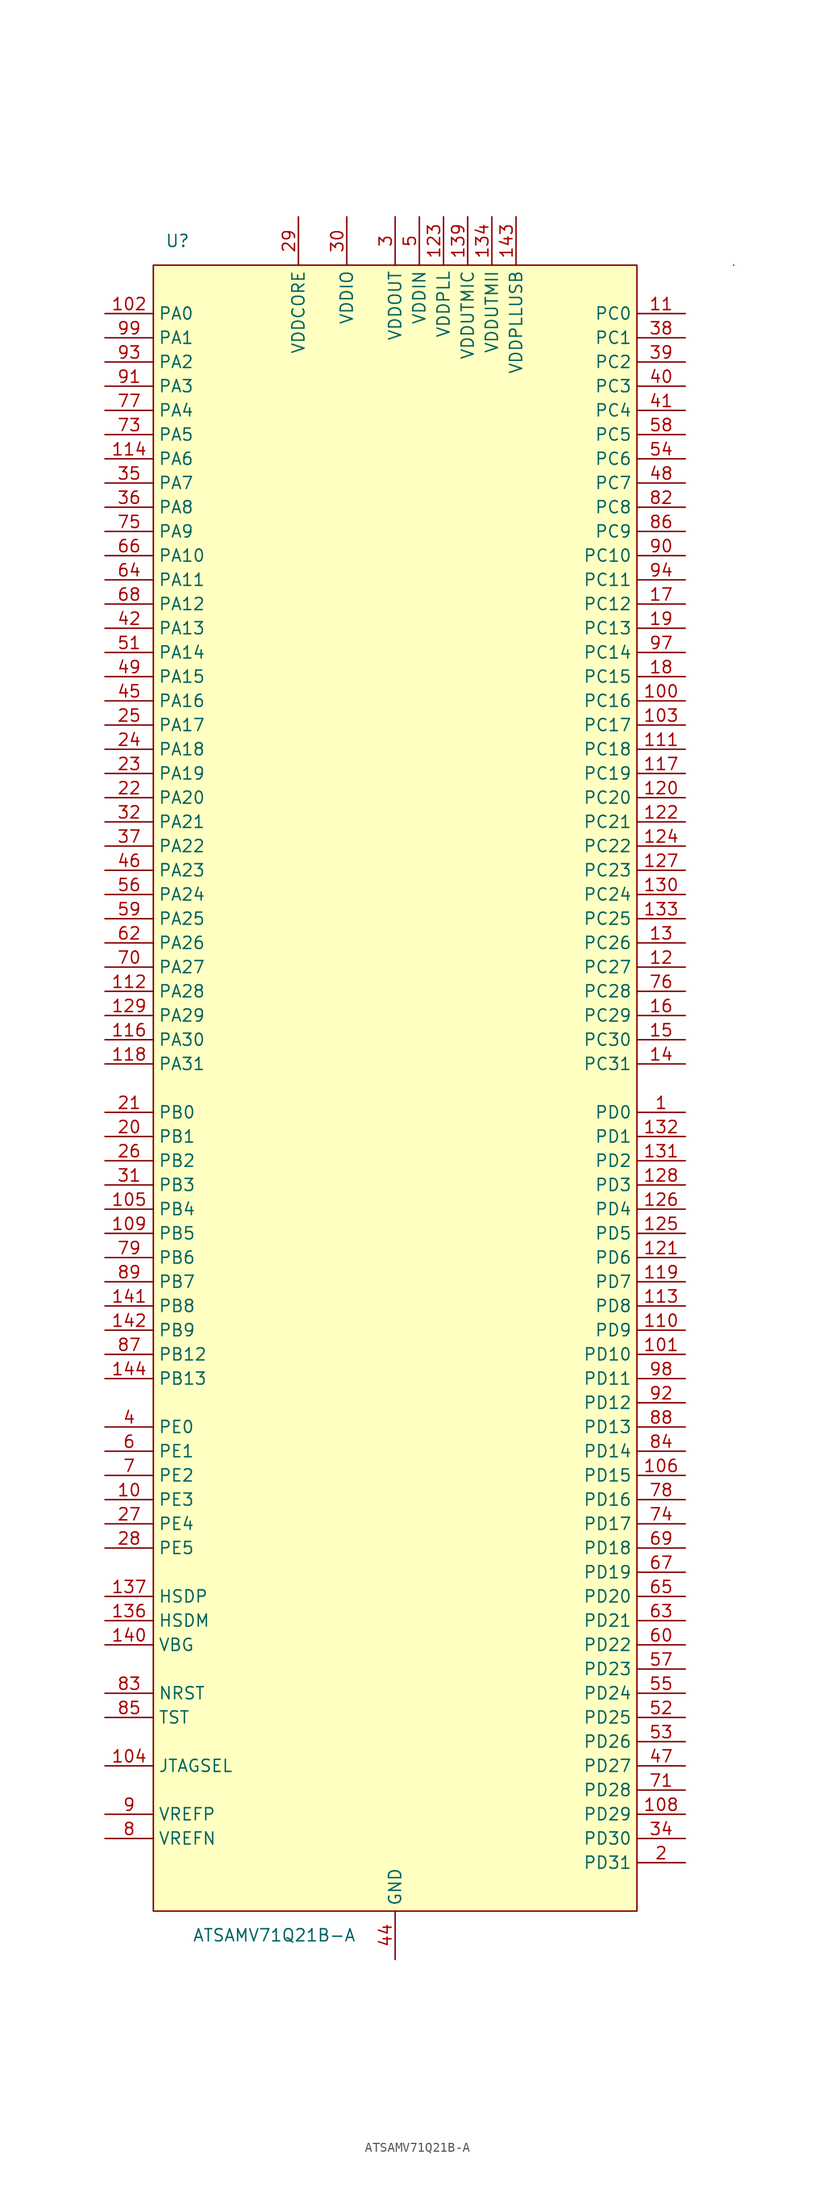
<source format=kicad_sym>
(kicad_symbol_lib
  (version 20241209)
  (generator "kicad_symbol_editor")
  (generator_version "9.0")
  (symbol "ATSAMV71Q21B-A"
    (property "Reference" "U"
      (at -22.86 88.9 0)
      (effects (font (size 1.27 1.27))))
    (property "Value" "ATSAMV71Q21B-A"
      (at -12.7 -88.9 0)
      (effects (font (size 1.27 1.27))))
    (symbol "ATSAMV71Q21B-A_0_1"
      (rectangle (start 25.4 86.36) (end -25.4 -86.36) (stroke (width 0) (type default)) (fill (type background)))
      (rectangle (start 35.56 86.36) (end 35.56 86.36) (stroke (width 0) (type default)) (fill (type none))))
    (symbol "ATSAMV71Q21B-A_1_1"
      (pin bidirectional line (at -30.48 81.28 0) (length 5.08) (name "PA0" (effects (font (size 1.27 1.27)))) (number "102" (effects (font (size 1.27 1.27)))))
      (pin bidirectional line (at -30.48 78.74 0) (length 5.08) (name "PA1" (effects (font (size 1.27 1.27)))) (number "99" (effects (font (size 1.27 1.27)))))
      (pin bidirectional line (at -30.48 76.2 0) (length 5.08) (name "PA2" (effects (font (size 1.27 1.27)))) (number "93" (effects (font (size 1.27 1.27)))))
      (pin bidirectional line (at -30.48 73.66 0) (length 5.08) (name "PA3" (effects (font (size 1.27 1.27)))) (number "91" (effects (font (size 1.27 1.27)))))
      (pin bidirectional line (at -30.48 71.12 0) (length 5.08) (name "PA4" (effects (font (size 1.27 1.27)))) (number "77" (effects (font (size 1.27 1.27)))))
      (pin bidirectional line (at -30.48 68.58 0) (length 5.08) (name "PA5" (effects (font (size 1.27 1.27)))) (number "73" (effects (font (size 1.27 1.27)))))
      (pin bidirectional line (at -30.48 66.04 0) (length 5.08) (name "PA6" (effects (font (size 1.27 1.27)))) (number "114" (effects (font (size 1.27 1.27)))))
      (pin bidirectional line (at -30.48 63.5 0) (length 5.08) (name "PA7" (effects (font (size 1.27 1.27)))) (number "35" (effects (font (size 1.27 1.27)))))
      (pin bidirectional line (at -30.48 60.96 0) (length 5.08) (name "PA8" (effects (font (size 1.27 1.27)))) (number "36" (effects (font (size 1.27 1.27)))))
      (pin bidirectional line (at -30.48 58.42 0) (length 5.08) (name "PA9" (effects (font (size 1.27 1.27)))) (number "75" (effects (font (size 1.27 1.27)))))
      (pin bidirectional line (at -30.48 55.88 0) (length 5.08) (name "PA10" (effects (font (size 1.27 1.27)))) (number "66" (effects (font (size 1.27 1.27)))))
      (pin bidirectional line (at -30.48 53.34 0) (length 5.08) (name "PA11" (effects (font (size 1.27 1.27)))) (number "64" (effects (font (size 1.27 1.27)))))
      (pin bidirectional line (at -30.48 50.8 0) (length 5.08) (name "PA12" (effects (font (size 1.27 1.27)))) (number "68" (effects (font (size 1.27 1.27)))))
      (pin bidirectional line (at -30.48 48.26 0) (length 5.08) (name "PA13" (effects (font (size 1.27 1.27)))) (number "42" (effects (font (size 1.27 1.27)))))
      (pin bidirectional line (at -30.48 45.72 0) (length 5.08) (name "PA14" (effects (font (size 1.27 1.27)))) (number "51" (effects (font (size 1.27 1.27)))))
      (pin bidirectional line (at -30.48 43.18 0) (length 5.08) (name "PA15" (effects (font (size 1.27 1.27)))) (number "49" (effects (font (size 1.27 1.27)))))
      (pin bidirectional line (at -30.48 40.64 0) (length 5.08) (name "PA16" (effects (font (size 1.27 1.27)))) (number "45" (effects (font (size 1.27 1.27)))))
      (pin bidirectional line (at -30.48 38.1 0) (length 5.08) (name "PA17" (effects (font (size 1.27 1.27)))) (number "25" (effects (font (size 1.27 1.27)))))
      (pin bidirectional line (at -30.48 35.56 0) (length 5.08) (name "PA18" (effects (font (size 1.27 1.27)))) (number "24" (effects (font (size 1.27 1.27)))))
      (pin bidirectional line (at -30.48 33.02 0) (length 5.08) (name "PA19" (effects (font (size 1.27 1.27)))) (number "23" (effects (font (size 1.27 1.27)))))
      (pin bidirectional line (at -30.48 30.48 0) (length 5.08) (name "PA20" (effects (font (size 1.27 1.27)))) (number "22" (effects (font (size 1.27 1.27)))))
      (pin bidirectional line (at -30.48 27.94 0) (length 5.08) (name "PA21" (effects (font (size 1.27 1.27)))) (number "32" (effects (font (size 1.27 1.27)))))
      (pin bidirectional line (at -30.48 25.4 0) (length 5.08) (name "PA22" (effects (font (size 1.27 1.27)))) (number "37" (effects (font (size 1.27 1.27)))))
      (pin bidirectional line (at -30.48 22.86 0) (length 5.08) (name "PA23" (effects (font (size 1.27 1.27)))) (number "46" (effects (font (size 1.27 1.27)))))
      (pin bidirectional line (at -30.48 20.32 0) (length 5.08) (name "PA24" (effects (font (size 1.27 1.27)))) (number "56" (effects (font (size 1.27 1.27)))))
      (pin bidirectional line (at -30.48 17.78 0) (length 5.08) (name "PA25" (effects (font (size 1.27 1.27)))) (number "59" (effects (font (size 1.27 1.27)))))
      (pin bidirectional line (at -30.48 15.24 0) (length 5.08) (name "PA26" (effects (font (size 1.27 1.27)))) (number "62" (effects (font (size 1.27 1.27)))))
      (pin bidirectional line (at -30.48 12.7 0) (length 5.08) (name "PA27" (effects (font (size 1.27 1.27)))) (number "70" (effects (font (size 1.27 1.27)))))
      (pin bidirectional line (at -30.48 10.16 0) (length 5.08) (name "PA28" (effects (font (size 1.27 1.27)))) (number "112" (effects (font (size 1.27 1.27)))))
      (pin bidirectional line (at -30.48 7.62 0) (length 5.08) (name "PA29" (effects (font (size 1.27 1.27)))) (number "129" (effects (font (size 1.27 1.27)))))
      (pin bidirectional line (at -30.48 5.08 0) (length 5.08) (name "PA30" (effects (font (size 1.27 1.27)))) (number "116" (effects (font (size 1.27 1.27)))))
      (pin bidirectional line (at -30.48 2.54 0) (length 5.08) (name "PA31" (effects (font (size 1.27 1.27)))) (number "118" (effects (font (size 1.27 1.27)))))
      (pin bidirectional line (at -30.48 -2.54 0) (length 5.08) (name "PB0" (effects (font (size 1.27 1.27)))) (number "21" (effects (font (size 1.27 1.27)))))
      (pin bidirectional line (at -30.48 -5.08 0) (length 5.08) (name "PB1" (effects (font (size 1.27 1.27)))) (number "20" (effects (font (size 1.27 1.27)))))
      (pin bidirectional line (at -30.48 -7.62 0) (length 5.08) (name "PB2" (effects (font (size 1.27 1.27)))) (number "26" (effects (font (size 1.27 1.27)))))
      (pin bidirectional line (at -30.48 -10.16 0) (length 5.08) (name "PB3" (effects (font (size 1.27 1.27)))) (number "31" (effects (font (size 1.27 1.27)))))
      (pin bidirectional line (at -30.48 -12.7 0) (length 5.08) (name "PB4" (effects (font (size 1.27 1.27)))) (number "105" (effects (font (size 1.27 1.27)))))
      (pin bidirectional line (at -30.48 -15.24 0) (length 5.08) (name "PB5" (effects (font (size 1.27 1.27)))) (number "109" (effects (font (size 1.27 1.27)))))
      (pin bidirectional line (at -30.48 -17.78 0) (length 5.08) (name "PB6" (effects (font (size 1.27 1.27)))) (number "79" (effects (font (size 1.27 1.27)))))
      (pin bidirectional line (at -30.48 -20.32 0) (length 5.08) (name "PB7" (effects (font (size 1.27 1.27)))) (number "89" (effects (font (size 1.27 1.27)))))
      (pin bidirectional line (at -30.48 -22.86 0) (length 5.08) (name "PB8" (effects (font (size 1.27 1.27)))) (number "141" (effects (font (size 1.27 1.27)))))
      (pin bidirectional line (at -30.48 -25.4 0) (length 5.08) (name "PB9" (effects (font (size 1.27 1.27)))) (number "142" (effects (font (size 1.27 1.27)))))
      (pin bidirectional line (at -30.48 -27.94 0) (length 5.08) (name "PB12" (effects (font (size 1.27 1.27)))) (number "87" (effects (font (size 1.27 1.27)))))
      (pin bidirectional line (at -30.48 -30.48 0) (length 5.08) (name "PB13" (effects (font (size 1.27 1.27)))) (number "144" (effects (font (size 1.27 1.27)))))
      (pin bidirectional line (at -30.48 -35.56 0) (length 5.08) (name "PE0" (effects (font (size 1.27 1.27)))) (number "4" (effects (font (size 1.27 1.27)))))
      (pin bidirectional line (at -30.48 -38.1 0) (length 5.08) (name "PE1" (effects (font (size 1.27 1.27)))) (number "6" (effects (font (size 1.27 1.27)))))
      (pin bidirectional line (at -30.48 -40.64 0) (length 5.08) (name "PE2" (effects (font (size 1.27 1.27)))) (number "7" (effects (font (size 1.27 1.27)))))
      (pin bidirectional line (at -30.48 -43.18 0) (length 5.08) (name "PE3" (effects (font (size 1.27 1.27)))) (number "10" (effects (font (size 1.27 1.27)))))
      (pin bidirectional line (at -30.48 -45.72 0) (length 5.08) (name "PE4" (effects (font (size 1.27 1.27)))) (number "27" (effects (font (size 1.27 1.27)))))
      (pin bidirectional line (at -30.48 -48.26 0) (length 5.08) (name "PE5" (effects (font (size 1.27 1.27)))) (number "28" (effects (font (size 1.27 1.27)))))
      (pin bidirectional line (at -30.48 -53.34 0) (length 5.08) (name "HSDP" (effects (font (size 1.27 1.27)))) (number "137" (effects (font (size 1.27 1.27)))))
      (pin bidirectional line (at -30.48 -55.88 0) (length 5.08) (name "HSDM" (effects (font (size 1.27 1.27)))) (number "136" (effects (font (size 1.27 1.27)))))
      (pin input line (at -30.48 -58.42 0) (length 5.08) (name "VBG" (effects (font (size 1.27 1.27)))) (number "140" (effects (font (size 1.27 1.27)))))
      (pin bidirectional line (at -30.48 -63.5 0) (length 5.08) (name "NRST" (effects (font (size 1.27 1.27)))) (number "83" (effects (font (size 1.27 1.27)))))
      (pin input line (at -30.48 -66.04 0) (length 5.08) (name "TST" (effects (font (size 1.27 1.27)))) (number "85" (effects (font (size 1.27 1.27)))))
      (pin input line (at -30.48 -71.12 0) (length 5.08) (name "JTAGSEL" (effects (font (size 1.27 1.27)))) (number "104" (effects (font (size 1.27 1.27)))))
      (pin input line (at -30.48 -76.2 0) (length 5.08) (name "VREFP" (effects (font (size 1.27 1.27)))) (number "9" (effects (font (size 1.27 1.27)))))
      (pin bidirectional line (at -30.48 -78.74 0) (length 5.08) (name "VREFN" (effects (font (size 1.27 1.27)))) (number "8" (effects (font (size 1.27 1.27)))))
      (pin passive line (at -10.16 91.44 270) (length 5.08) (hide yes) (name "VDDCORE" (effects (font (size 1.27 1.27)))) (number "107" (effects (font (size 1.27 1.27)))))
      (pin power_in line (at -10.16 91.44 270) (length 5.08) (name "VDDCORE" (effects (font (size 1.27 1.27)))) (number "29" (effects (font (size 1.27 1.27)))))
      (pin passive line (at -10.16 91.44 270) (length 5.08) (hide yes) (name "VDDCORE" (effects (font (size 1.27 1.27)))) (number "33" (effects (font (size 1.27 1.27)))))
      (pin passive line (at -10.16 91.44 270) (length 5.08) (hide yes) (name "VDDCORE" (effects (font (size 1.27 1.27)))) (number "50" (effects (font (size 1.27 1.27)))))
      (pin passive line (at -10.16 91.44 270) (length 5.08) (hide yes) (name "VDDCORE" (effects (font (size 1.27 1.27)))) (number "81" (effects (font (size 1.27 1.27)))))
      (pin power_in line (at -5.08 91.44 270) (length 5.08) (name "VDDIO" (effects (font (size 1.27 1.27)))) (number "30" (effects (font (size 1.27 1.27)))))
      (pin passive line (at -5.08 91.44 270) (length 5.08) (hide yes) (name "VDDIO" (effects (font (size 1.27 1.27)))) (number "43" (effects (font (size 1.27 1.27)))))
      (pin passive line (at -5.08 91.44 270) (length 5.08) (hide yes) (name "VDDIO" (effects (font (size 1.27 1.27)))) (number "72" (effects (font (size 1.27 1.27)))))
      (pin passive line (at -5.08 91.44 270) (length 5.08) (hide yes) (name "VDDIO" (effects (font (size 1.27 1.27)))) (number "80" (effects (font (size 1.27 1.27)))))
      (pin passive line (at -5.08 91.44 270) (length 5.08) (hide yes) (name "VDDIO" (effects (font (size 1.27 1.27)))) (number "96" (effects (font (size 1.27 1.27)))))
      (pin power_in line (at 0 91.44 270) (length 5.08) (name "VDDOUT" (effects (font (size 1.27 1.27)))) (number "3" (effects (font (size 1.27 1.27)))))
      (pin passive line (at 0 -91.44 90) (length 5.08) (hide yes) (name "GND" (effects (font (size 1.27 1.27)))) (number "115" (effects (font (size 1.27 1.27)))))
      (pin passive line (at 0 -91.44 90) (length 5.08) (hide yes) (name "GND" (effects (font (size 1.27 1.27)))) (number "135" (effects (font (size 1.27 1.27)))))
      (pin passive line (at 0 -91.44 90) (length 5.08) (hide yes) (name "GND" (effects (font (size 1.27 1.27)))) (number "138" (effects (font (size 1.27 1.27)))))
      (pin power_in line (at 0 -91.44 90) (length 5.08) (name "GND" (effects (font (size 1.27 1.27)))) (number "44" (effects (font (size 1.27 1.27)))))
      (pin passive line (at 0 -91.44 90) (length 5.08) (hide yes) (name "GND" (effects (font (size 1.27 1.27)))) (number "61" (effects (font (size 1.27 1.27)))))
      (pin passive line (at 0 -91.44 90) (length 5.08) (hide yes) (name "GND" (effects (font (size 1.27 1.27)))) (number "95" (effects (font (size 1.27 1.27)))))
      (pin power_in line (at 2.54 91.44 270) (length 5.08) (name "VDDIN" (effects (font (size 1.27 1.27)))) (number "5" (effects (font (size 1.27 1.27)))))
      (pin power_in line (at 5.08 91.44 270) (length 5.08) (name "VDDPLL" (effects (font (size 1.27 1.27)))) (number "123" (effects (font (size 1.27 1.27)))))
      (pin power_in line (at 7.62 91.44 270) (length 5.08) (name "VDDUTMIC" (effects (font (size 1.27 1.27)))) (number "139" (effects (font (size 1.27 1.27)))))
      (pin power_in line (at 10.16 91.44 270) (length 5.08) (name "VDDUTMII" (effects (font (size 1.27 1.27)))) (number "134" (effects (font (size 1.27 1.27)))))
      (pin power_in line (at 12.7 91.44 270) (length 5.08) (name "VDDPLLUSB" (effects (font (size 1.27 1.27)))) (number "143" (effects (font (size 1.27 1.27)))))
      (pin bidirectional line (at 30.48 81.28 180) (length 5.08) (name "PC0" (effects (font (size 1.27 1.27)))) (number "11" (effects (font (size 1.27 1.27)))))
      (pin bidirectional line (at 30.48 78.74 180) (length 5.08) (name "PC1" (effects (font (size 1.27 1.27)))) (number "38" (effects (font (size 1.27 1.27)))))
      (pin bidirectional line (at 30.48 76.2 180) (length 5.08) (name "PC2" (effects (font (size 1.27 1.27)))) (number "39" (effects (font (size 1.27 1.27)))))
      (pin bidirectional line (at 30.48 73.66 180) (length 5.08) (name "PC3" (effects (font (size 1.27 1.27)))) (number "40" (effects (font (size 1.27 1.27)))))
      (pin bidirectional line (at 30.48 71.12 180) (length 5.08) (name "PC4" (effects (font (size 1.27 1.27)))) (number "41" (effects (font (size 1.27 1.27)))))
      (pin bidirectional line (at 30.48 68.58 180) (length 5.08) (name "PC5" (effects (font (size 1.27 1.27)))) (number "58" (effects (font (size 1.27 1.27)))))
      (pin bidirectional line (at 30.48 66.04 180) (length 5.08) (name "PC6" (effects (font (size 1.27 1.27)))) (number "54" (effects (font (size 1.27 1.27)))))
      (pin bidirectional line (at 30.48 63.5 180) (length 5.08) (name "PC7" (effects (font (size 1.27 1.27)))) (number "48" (effects (font (size 1.27 1.27)))))
      (pin bidirectional line (at 30.48 60.96 180) (length 5.08) (name "PC8" (effects (font (size 1.27 1.27)))) (number "82" (effects (font (size 1.27 1.27)))))
      (pin bidirectional line (at 30.48 58.42 180) (length 5.08) (name "PC9" (effects (font (size 1.27 1.27)))) (number "86" (effects (font (size 1.27 1.27)))))
      (pin bidirectional line (at 30.48 55.88 180) (length 5.08) (name "PC10" (effects (font (size 1.27 1.27)))) (number "90" (effects (font (size 1.27 1.27)))))
      (pin bidirectional line (at 30.48 53.34 180) (length 5.08) (name "PC11" (effects (font (size 1.27 1.27)))) (number "94" (effects (font (size 1.27 1.27)))))
      (pin bidirectional line (at 30.48 50.8 180) (length 5.08) (name "PC12" (effects (font (size 1.27 1.27)))) (number "17" (effects (font (size 1.27 1.27)))))
      (pin bidirectional line (at 30.48 48.26 180) (length 5.08) (name "PC13" (effects (font (size 1.27 1.27)))) (number "19" (effects (font (size 1.27 1.27)))))
      (pin bidirectional line (at 30.48 45.72 180) (length 5.08) (name "PC14" (effects (font (size 1.27 1.27)))) (number "97" (effects (font (size 1.27 1.27)))))
      (pin bidirectional line (at 30.48 43.18 180) (length 5.08) (name "PC15" (effects (font (size 1.27 1.27)))) (number "18" (effects (font (size 1.27 1.27)))))
      (pin bidirectional line (at 30.48 40.64 180) (length 5.08) (name "PC16" (effects (font (size 1.27 1.27)))) (number "100" (effects (font (size 1.27 1.27)))))
      (pin bidirectional line (at 30.48 38.1 180) (length 5.08) (name "PC17" (effects (font (size 1.27 1.27)))) (number "103" (effects (font (size 1.27 1.27)))))
      (pin bidirectional line (at 30.48 35.56 180) (length 5.08) (name "PC18" (effects (font (size 1.27 1.27)))) (number "111" (effects (font (size 1.27 1.27)))))
      (pin bidirectional line (at 30.48 33.02 180) (length 5.08) (name "PC19" (effects (font (size 1.27 1.27)))) (number "117" (effects (font (size 1.27 1.27)))))
      (pin bidirectional line (at 30.48 30.48 180) (length 5.08) (name "PC20" (effects (font (size 1.27 1.27)))) (number "120" (effects (font (size 1.27 1.27)))))
      (pin bidirectional line (at 30.48 27.94 180) (length 5.08) (name "PC21" (effects (font (size 1.27 1.27)))) (number "122" (effects (font (size 1.27 1.27)))))
      (pin bidirectional line (at 30.48 25.4 180) (length 5.08) (name "PC22" (effects (font (size 1.27 1.27)))) (number "124" (effects (font (size 1.27 1.27)))))
      (pin bidirectional line (at 30.48 22.86 180) (length 5.08) (name "PC23" (effects (font (size 1.27 1.27)))) (number "127" (effects (font (size 1.27 1.27)))))
      (pin bidirectional line (at 30.48 20.32 180) (length 5.08) (name "PC24" (effects (font (size 1.27 1.27)))) (number "130" (effects (font (size 1.27 1.27)))))
      (pin bidirectional line (at 30.48 17.78 180) (length 5.08) (name "PC25" (effects (font (size 1.27 1.27)))) (number "133" (effects (font (size 1.27 1.27)))))
      (pin bidirectional line (at 30.48 15.24 180) (length 5.08) (name "PC26" (effects (font (size 1.27 1.27)))) (number "13" (effects (font (size 1.27 1.27)))))
      (pin bidirectional line (at 30.48 12.7 180) (length 5.08) (name "PC27" (effects (font (size 1.27 1.27)))) (number "12" (effects (font (size 1.27 1.27)))))
      (pin bidirectional line (at 30.48 10.16 180) (length 5.08) (name "PC28" (effects (font (size 1.27 1.27)))) (number "76" (effects (font (size 1.27 1.27)))))
      (pin bidirectional line (at 30.48 7.62 180) (length 5.08) (name "PC29" (effects (font (size 1.27 1.27)))) (number "16" (effects (font (size 1.27 1.27)))))
      (pin bidirectional line (at 30.48 5.08 180) (length 5.08) (name "PC30" (effects (font (size 1.27 1.27)))) (number "15" (effects (font (size 1.27 1.27)))))
      (pin bidirectional line (at 30.48 2.54 180) (length 5.08) (name "PC31" (effects (font (size 1.27 1.27)))) (number "14" (effects (font (size 1.27 1.27)))))
      (pin bidirectional line (at 30.48 -2.54 180) (length 5.08) (name "PD0" (effects (font (size 1.27 1.27)))) (number "1" (effects (font (size 1.27 1.27)))))
      (pin bidirectional line (at 30.48 -5.08 180) (length 5.08) (name "PD1" (effects (font (size 1.27 1.27)))) (number "132" (effects (font (size 1.27 1.27)))))
      (pin bidirectional line (at 30.48 -7.62 180) (length 5.08) (name "PD2" (effects (font (size 1.27 1.27)))) (number "131" (effects (font (size 1.27 1.27)))))
      (pin bidirectional line (at 30.48 -10.16 180) (length 5.08) (name "PD3" (effects (font (size 1.27 1.27)))) (number "128" (effects (font (size 1.27 1.27)))))
      (pin bidirectional line (at 30.48 -12.7 180) (length 5.08) (name "PD4" (effects (font (size 1.27 1.27)))) (number "126" (effects (font (size 1.27 1.27)))))
      (pin bidirectional line (at 30.48 -15.24 180) (length 5.08) (name "PD5" (effects (font (size 1.27 1.27)))) (number "125" (effects (font (size 1.27 1.27)))))
      (pin bidirectional line (at 30.48 -17.78 180) (length 5.08) (name "PD6" (effects (font (size 1.27 1.27)))) (number "121" (effects (font (size 1.27 1.27)))))
      (pin bidirectional line (at 30.48 -20.32 180) (length 5.08) (name "PD7" (effects (font (size 1.27 1.27)))) (number "119" (effects (font (size 1.27 1.27)))))
      (pin bidirectional line (at 30.48 -22.86 180) (length 5.08) (name "PD8" (effects (font (size 1.27 1.27)))) (number "113" (effects (font (size 1.27 1.27)))))
      (pin bidirectional line (at 30.48 -25.4 180) (length 5.08) (name "PD9" (effects (font (size 1.27 1.27)))) (number "110" (effects (font (size 1.27 1.27)))))
      (pin bidirectional line (at 30.48 -27.94 180) (length 5.08) (name "PD10" (effects (font (size 1.27 1.27)))) (number "101" (effects (font (size 1.27 1.27)))))
      (pin bidirectional line (at 30.48 -30.48 180) (length 5.08) (name "PD11" (effects (font (size 1.27 1.27)))) (number "98" (effects (font (size 1.27 1.27)))))
      (pin bidirectional line (at 30.48 -33.02 180) (length 5.08) (name "PD12" (effects (font (size 1.27 1.27)))) (number "92" (effects (font (size 1.27 1.27)))))
      (pin bidirectional line (at 30.48 -35.56 180) (length 5.08) (name "PD13" (effects (font (size 1.27 1.27)))) (number "88" (effects (font (size 1.27 1.27)))))
      (pin bidirectional line (at 30.48 -38.1 180) (length 5.08) (name "PD14" (effects (font (size 1.27 1.27)))) (number "84" (effects (font (size 1.27 1.27)))))
      (pin bidirectional line (at 30.48 -40.64 180) (length 5.08) (name "PD15" (effects (font (size 1.27 1.27)))) (number "106" (effects (font (size 1.27 1.27)))))
      (pin bidirectional line (at 30.48 -43.18 180) (length 5.08) (name "PD16" (effects (font (size 1.27 1.27)))) (number "78" (effects (font (size 1.27 1.27)))))
      (pin bidirectional line (at 30.48 -45.72 180) (length 5.08) (name "PD17" (effects (font (size 1.27 1.27)))) (number "74" (effects (font (size 1.27 1.27)))))
      (pin bidirectional line (at 30.48 -48.26 180) (length 5.08) (name "PD18" (effects (font (size 1.27 1.27)))) (number "69" (effects (font (size 1.27 1.27)))))
      (pin bidirectional line (at 30.48 -50.8 180) (length 5.08) (name "PD19" (effects (font (size 1.27 1.27)))) (number "67" (effects (font (size 1.27 1.27)))))
      (pin bidirectional line (at 30.48 -53.34 180) (length 5.08) (name "PD20" (effects (font (size 1.27 1.27)))) (number "65" (effects (font (size 1.27 1.27)))))
      (pin bidirectional line (at 30.48 -55.88 180) (length 5.08) (name "PD21" (effects (font (size 1.27 1.27)))) (number "63" (effects (font (size 1.27 1.27)))))
      (pin bidirectional line (at 30.48 -58.42 180) (length 5.08) (name "PD22" (effects (font (size 1.27 1.27)))) (number "60" (effects (font (size 1.27 1.27)))))
      (pin bidirectional line (at 30.48 -60.96 180) (length 5.08) (name "PD23" (effects (font (size 1.27 1.27)))) (number "57" (effects (font (size 1.27 1.27)))))
      (pin bidirectional line (at 30.48 -63.5 180) (length 5.08) (name "PD24" (effects (font (size 1.27 1.27)))) (number "55" (effects (font (size 1.27 1.27)))))
      (pin bidirectional line (at 30.48 -66.04 180) (length 5.08) (name "PD25" (effects (font (size 1.27 1.27)))) (number "52" (effects (font (size 1.27 1.27)))))
      (pin bidirectional line (at 30.48 -68.58 180) (length 5.08) (name "PD26" (effects (font (size 1.27 1.27)))) (number "53" (effects (font (size 1.27 1.27)))))
      (pin bidirectional line (at 30.48 -71.12 180) (length 5.08) (name "PD27" (effects (font (size 1.27 1.27)))) (number "47" (effects (font (size 1.27 1.27)))))
      (pin bidirectional line (at 30.48 -73.66 180) (length 5.08) (name "PD28" (effects (font (size 1.27 1.27)))) (number "71" (effects (font (size 1.27 1.27)))))
      (pin bidirectional line (at 30.48 -76.2 180) (length 5.08) (name "PD29" (effects (font (size 1.27 1.27)))) (number "108" (effects (font (size 1.27 1.27)))))
      (pin bidirectional line (at 30.48 -78.74 180) (length 5.08) (name "PD30" (effects (font (size 1.27 1.27)))) (number "34" (effects (font (size 1.27 1.27)))))
      (pin bidirectional line (at 30.48 -81.28 180) (length 5.08) (name "PD31" (effects (font (size 1.27 1.27)))) (number "2" (effects (font (size 1.27 1.27))))))))
</source>
